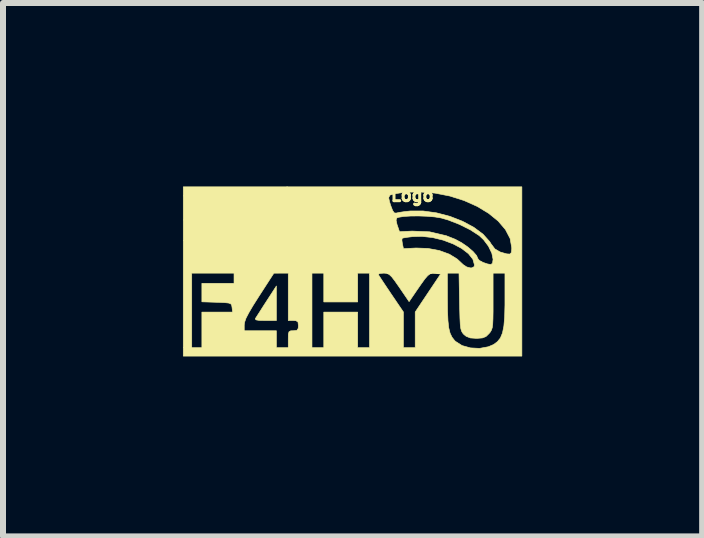
<source format=kicad_pcb>
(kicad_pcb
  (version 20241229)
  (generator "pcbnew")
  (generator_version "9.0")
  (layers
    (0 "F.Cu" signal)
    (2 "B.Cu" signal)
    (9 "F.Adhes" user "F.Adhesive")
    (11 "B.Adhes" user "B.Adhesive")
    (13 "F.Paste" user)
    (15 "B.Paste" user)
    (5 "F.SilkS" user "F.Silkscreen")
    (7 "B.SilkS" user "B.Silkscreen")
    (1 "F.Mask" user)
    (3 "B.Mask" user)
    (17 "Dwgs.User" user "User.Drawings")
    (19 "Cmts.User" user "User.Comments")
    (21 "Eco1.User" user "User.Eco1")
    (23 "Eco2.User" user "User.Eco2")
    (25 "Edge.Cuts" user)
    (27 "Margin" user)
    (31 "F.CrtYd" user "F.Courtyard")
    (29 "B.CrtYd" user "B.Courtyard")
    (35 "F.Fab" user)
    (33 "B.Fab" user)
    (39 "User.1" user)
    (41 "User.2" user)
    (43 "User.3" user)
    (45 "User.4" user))
  (footprint "F4HYU-6x3-Logo"
    (layer "F.Cu")
    (at 2.827 1.475)
    (property "Reference" "F4HYU-6x3-Logo" (at 0 -1.27 0) (layer "F.SilkS") (effects (font (size 0.2 0.2) (thickness 0.05))))
    (attr through_hole)
    (fp_poly (pts (xy -1.27 0.818) (xy -1.455 0.818) (xy -1.557 0.816) (xy -1.609 0.807) (xy -1.622 0.79) (xy -1.619 0.783) (xy -1.595 0.746) (xy -1.548 0.673) (xy -1.486 0.575) (xy -1.434 0.495) (xy -1.27 0.242) (xy -1.27 0.818)) (stroke (width 0.01) (type solid)) (fill yes) (layer "F.SilkS"))
    (fp_poly (pts (xy 2.822 1.411) (xy -2.822 1.411) (xy -2.822 0.028) (xy -2.681 0.028) (xy -2.681 1.27) (xy -2.512 1.27) (xy -2.512 0.89) (xy -1.806 0.89) (xy -1.806 0.988) (xy -1.27 0.988) (xy -1.27 1.27) (xy -1.072 1.27) (xy -1.072 1.129) (xy -1.071 1.045) (xy -1.059 1.004) (xy -1.03 0.989) (xy -0.988 0.988) (xy -0.928 0.981) (xy -0.906 0.948) (xy -0.903 0.903) (xy -0.91 0.843) (xy -0.943 0.821) (xy -0.988 0.818) (xy -1.072 0.818) (xy -1.072 0.028) (xy -0.677 0.028) (xy -0.677 1.27) (xy -0.48 1.27) (xy -0.48 0.677) (xy 0.085 0.677) (xy 0.085 1.27) (xy 0.282 1.27) (xy 0.282 0.046) (xy 0.428 0.046) (xy 0.428 0.049) (xy 0.447 0.08) (xy 0.491 0.147) (xy 0.554 0.242) (xy 0.63 0.355) (xy 0.642 0.373) (xy 0.847 0.675) (xy 0.847 1.27) (xy 1.044 1.27) (xy 1.044 0.676) (xy 1.256 0.359) (xy 1.468 0.042) (xy 1.379 0.033) (xy 1.332 0.031) (xy 1.292 0.04) (xy 1.253 0.069) (xy 1.205 0.124) (xy 1.141 0.213) (xy 1.08 0.301) (xy 0.942 0.503) (xy 0.78 0.265) (xy 0.705 0.158) (xy 0.652 0.089) (xy 0.61 0.05) (xy 0.571 0.032) (xy 0.525 0.028) (xy 0.518 0.028) (xy 1.58 0.028) (xy 1.581 0.459) (xy 1.583 0.663) (xy 1.59 0.821) (xy 1.603 0.939) (xy 1.625 1.028) (xy 1.657 1.095) (xy 1.7 1.15) (xy 1.715 1.165) (xy 1.825 1.235) (xy 1.965 1.274) (xy 2.117 1.282) (xy 2.263 1.255) (xy 2.35 1.218) (xy 2.415 1.17) (xy 2.464 1.109) (xy 2.499 1.025) (xy 2.522 0.91) (xy 2.535 0.758) (xy 2.54 0.56) (xy 2.54 0.485) (xy 2.54 0.028) (xy 2.342 0.028) (xy 2.342 0.492) (xy 2.342 0.665) (xy 2.34 0.79) (xy 2.336 0.878) (xy 2.328 0.937) (xy 2.314 0.978) (xy 2.295 1.011) (xy 2.274 1.036) (xy 2.223 1.085) (xy 2.164 1.108) (xy 2.075 1.115) (xy 2.063 1.115) (xy 1.962 1.108) (xy 1.894 1.081) (xy 1.856 1.051) (xy 1.833 1.024) (xy 1.816 0.993) (xy 1.803 0.948) (xy 1.795 0.881) (xy 1.79 0.782) (xy 1.786 0.642) (xy 1.783 0.507) (xy 1.774 0.028) (xy 1.58 0.028) (xy 0.518 0.028) (xy 0.456 0.033) (xy 0.428 0.046) (xy 0.282 0.046) (xy 0.282 0.028) (xy 0.085 0.028) (xy 0.085 0.508) (xy -0.48 0.508) (xy -0.48 0.028) (xy -0.677 0.028) (xy -1.072 0.028) (xy -1.192 0.028) (xy -1.312 0.029) (xy -1.559 0.411) (xy -1.66 0.57) (xy -1.731 0.691) (xy -1.777 0.78) (xy -1.8 0.847) (xy -1.806 0.89) (xy -2.512 0.89) (xy -2.512 0.677) (xy -2 0.677) (xy -2.009 0.6) (xy -2.015 0.563) (xy -2.031 0.539) (xy -2.068 0.526) (xy -2.137 0.519) (xy -2.25 0.514) (xy -2.265 0.514) (xy -2.512 0.506) (xy -2.512 0.198) (xy -1.976 0.198) (xy -1.976 0.028) (xy -2.681 0.028) (xy -2.822 0.028) (xy -2.822 -0.519) (xy 0.822 -0.519) (xy 0.831 -0.46) (xy 0.848 -0.38) (xy 1.058 -0.391) (xy 1.256 -0.384) (xy 1.446 -0.349) (xy 1.613 -0.288) (xy 1.744 -0.207) (xy 1.77 -0.183) (xy 1.846 -0.112) (xy 1.903 -0.075) (xy 1.96 -0.06) (xy 1.983 -0.059) (xy 2.025 -0.079) (xy 2.032 -0.109) (xy 2.005 -0.204) (xy 1.931 -0.297) (xy 1.818 -0.384) (xy 1.675 -0.46) (xy 1.511 -0.522) (xy 1.335 -0.565) (xy 1.155 -0.585) (xy 1.004 -0.581) (xy 0.913 -0.57) (xy 0.848 -0.559) (xy 0.825 -0.552) (xy 0.822 -0.519) (xy -2.822 -0.519) (xy -2.822 -0.858) (xy 0.725 -0.858) (xy 0.74 -0.786) (xy 0.746 -0.768) (xy 0.782 -0.663) (xy 0.994 -0.673) (xy 1.284 -0.661) (xy 1.561 -0.596) (xy 1.71 -0.537) (xy 1.816 -0.48) (xy 1.919 -0.409) (xy 2.007 -0.334) (xy 2.067 -0.265) (xy 2.088 -0.215) (xy 2.113 -0.184) (xy 2.174 -0.151) (xy 2.251 -0.125) (xy 2.307 -0.116) (xy 2.333 -0.139) (xy 2.342 -0.202) (xy 2.321 -0.305) (xy 2.265 -0.421) (xy 2.184 -0.529) (xy 2.111 -0.598) (xy 1.963 -0.694) (xy 1.783 -0.784) (xy 1.596 -0.857) (xy 1.475 -0.892) (xy 1.371 -0.909) (xy 1.243 -0.92) (xy 1.104 -0.925) (xy 0.968 -0.924) (xy 0.851 -0.917) (xy 0.767 -0.903) (xy 0.739 -0.893) (xy 0.725 -0.858) (xy -2.822 -0.858) (xy -2.822 -1.227) (xy 0.602 -1.227) (xy 0.617 -1.159) (xy 0.635 -1.101) (xy 0.668 -1.015) (xy 0.696 -0.976) (xy 0.727 -0.973) (xy 0.73 -0.974) (xy 0.781 -0.985) (xy 0.868 -0.998) (xy 0.962 -1.008) (xy 1.177 -1.008) (xy 1.4 -0.977) (xy 1.622 -0.919) (xy 1.832 -0.837) (xy 2.019 -0.737) (xy 2.174 -0.622) (xy 2.286 -0.497) (xy 2.305 -0.465) (xy 2.372 -0.376) (xy 2.457 -0.326) (xy 2.475 -0.32) (xy 2.57 -0.293) (xy 2.623 -0.29) (xy 2.647 -0.316) (xy 2.653 -0.376) (xy 2.653 -0.396) (xy 2.626 -0.549) (xy 2.548 -0.698) (xy 2.427 -0.84) (xy 2.267 -0.97) (xy 2.076 -1.085) (xy 1.859 -1.182) (xy 1.623 -1.257) (xy 1.373 -1.306) (xy 1.117 -1.325) (xy 1.087 -1.326) (xy 0.931 -1.321) (xy 0.792 -1.309) (xy 0.683 -1.291) (xy 0.614 -1.269) (xy 0.602 -1.26) (xy 0.602 -1.227) (xy -2.822 -1.227) (xy -2.822 -1.411) (xy 2.822 -1.411) (xy 2.822 1.411)) (stroke (width 0.01) (type solid)) (fill yes) (layer "F.SilkS")))
  (gr_rect
    (start -3 -3)
    (end 8.654 5.891)
    (stroke (width 0.1) (type default))
    (fill no)
    (layer "Edge.Cuts")))
</source>
